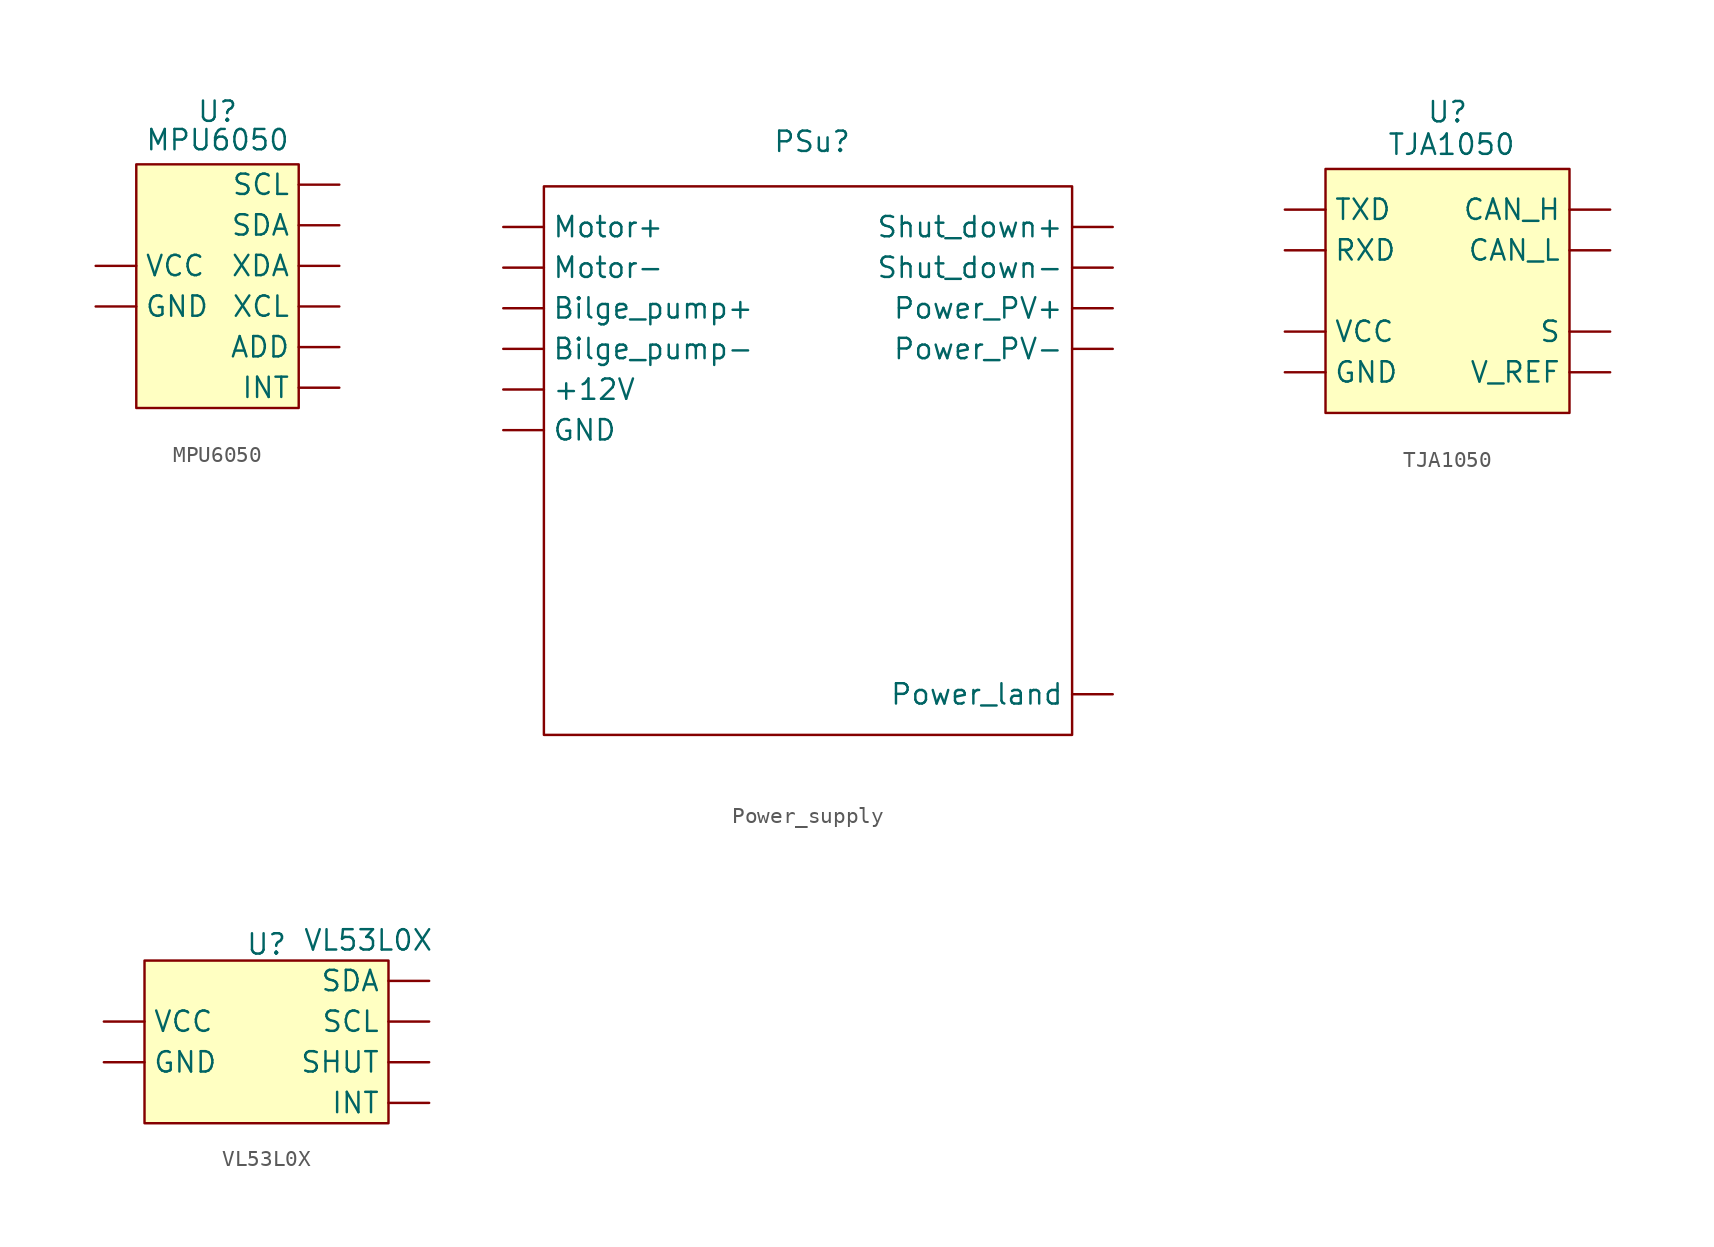
<source format=kicad_sym>
(kicad_symbol_lib
  (version 20231120)
  (generator "kicad_symbol_editor")
  (generator_version "8.0")
  (symbol "MPU6050"
    (property "Reference" "U"
      (at 0 10.922 0)
      (effects (font (size 1.27 1.27))))
    (property "Value" "MPU6050"
      (at 0 9.144 0)
      (effects (font (size 1.27 1.27))))
    (symbol "MPU6050_1_1"
      (rectangle (start -5.08 7.62) (end 5.08 -7.62) (stroke (width 0) (type default)) (fill (type background)))
      (pin bidirectional line (at 7.62 -3.81 180) (length 2.54) (name "ADD" (effects (font (size 1.27 1.27)))) (number "" (effects (font (size 1.27 1.27)))))
      (pin power_in line (at -7.62 -1.27 0) (length 2.54) (name "GND" (effects (font (size 1.27 1.27)))) (number "" (effects (font (size 1.27 1.27)))))
      (pin output line (at 7.62 -6.35 180) (length 2.54) (name "INT" (effects (font (size 1.27 1.27)))) (number "" (effects (font (size 1.27 1.27)))))
      (pin bidirectional line (at 7.62 6.35 180) (length 2.54) (name "SCL" (effects (font (size 1.27 1.27)))) (number "" (effects (font (size 1.27 1.27)))))
      (pin bidirectional line (at 7.62 3.81 180) (length 2.54) (name "SDA" (effects (font (size 1.27 1.27)))) (number "" (effects (font (size 1.27 1.27)))))
      (pin power_in line (at -7.62 1.27 0) (length 2.54) (name "VCC" (effects (font (size 1.27 1.27)))) (number "" (effects (font (size 1.27 1.27)))))
      (pin bidirectional line (at 7.62 -1.27 180) (length 2.54) (name "XCL" (effects (font (size 1.27 1.27)))) (number "" (effects (font (size 1.27 1.27)))))
      (pin bidirectional line (at 7.62 1.27 180) (length 2.54) (name "XDA" (effects (font (size 1.27 1.27)))) (number "" (effects (font (size 1.27 1.27)))))))
  (symbol "Power_supply"
    (property "Reference" "PSu"
      (at 0.254 20.574 0)
      (effects (font (size 1.27 1.27))))
    (property "Value" ""
      (at -16.51 -16.51 0)
      (effects (font (size 1.27 1.27))))
    (symbol "Power_supply_0_1"
      (rectangle (start -16.51 17.78) (end 16.51 -16.51) (stroke (width 0) (type default)) (fill (type none))))
    (symbol "Power_supply_1_1"
      (pin power_out line (at -19.05 5.08 0) (length 2.54) (name "+12V" (effects (font (size 1.27 1.27)))) (number "" (effects (font (size 1.27 1.27)))))
      (pin power_out line (at -19.05 10.16 0) (length 2.54) (name "Bilge_pump+" (effects (font (size 1.27 1.27)))) (number "" (effects (font (size 1.27 1.27)))))
      (pin power_out line (at -19.05 7.62 0) (length 2.54) (name "Bilge_pump-" (effects (font (size 1.27 1.27)))) (number "" (effects (font (size 1.27 1.27)))))
      (pin power_out line (at -19.05 2.54 0) (length 2.54) (name "GND" (effects (font (size 1.27 1.27)))) (number "" (effects (font (size 1.27 1.27)))))
      (pin power_out line (at -19.05 15.24 0) (length 2.54) (name "Motor+" (effects (font (size 1.27 1.27)))) (number "" (effects (font (size 1.27 1.27)))))
      (pin power_out line (at -19.05 12.7 0) (length 2.54) (name "Motor-" (effects (font (size 1.27 1.27)))) (number "" (effects (font (size 1.27 1.27)))))
      (pin power_in line (at 19.05 10.16 180) (length 2.54) (name "Power_PV+" (effects (font (size 1.27 1.27)))) (number "" (effects (font (size 1.27 1.27)))))
      (pin power_in line (at 19.05 7.62 180) (length 2.54) (name "Power_PV-" (effects (font (size 1.27 1.27)))) (number "" (effects (font (size 1.27 1.27)))))
      (pin input line (at 19.05 -13.97 180) (length 2.54) (name "Power_land" (effects (font (size 1.27 1.27)))) (number "" (effects (font (size 1.27 1.27)))))
      (pin output line (at 19.05 15.24 180) (length 2.54) (name "Shut_down+" (effects (font (size 1.27 1.27)))) (number "" (effects (font (size 1.27 1.27)))))
      (pin input line (at 19.05 12.7 180) (length 2.54) (name "Shut_down-" (effects (font (size 1.27 1.27)))) (number "" (effects (font (size 1.27 1.27)))))))
  (symbol "TJA1050"
    (property "Reference" "U"
      (at 0 12.446 0)
      (effects (font (size 1.27 1.27))))
    (property "Value" "TJA1050"
      (at 0.254 10.414 0)
      (effects (font (size 1.27 1.27))))
    (symbol "TJA1050_1_1"
      (rectangle (start -7.62 8.89) (end 7.62 -6.35) (stroke (width 0) (type default)) (fill (type background)))
      (pin bidirectional line (at 10.16 6.35 180) (length 2.54) (name "CAN_H" (effects (font (size 1.27 1.27)))) (number "" (effects (font (size 1.27 1.27)))))
      (pin bidirectional line (at 10.16 3.81 180) (length 2.54) (name "CAN_L" (effects (font (size 1.27 1.27)))) (number "" (effects (font (size 1.27 1.27)))))
      (pin power_in line (at -10.16 -3.81 0) (length 2.54) (name "GND" (effects (font (size 1.27 1.27)))) (number "" (effects (font (size 1.27 1.27)))))
      (pin input line (at -10.16 3.81 0) (length 2.54) (name "RXD" (effects (font (size 1.27 1.27)))) (number "" (effects (font (size 1.27 1.27)))))
      (pin input line (at 10.16 -1.27 180) (length 2.54) (name "S" (effects (font (size 1.27 1.27)))) (number "" (effects (font (size 1.27 1.27)))))
      (pin output line (at -10.16 6.35 0) (length 2.54) (name "TXD" (effects (font (size 1.27 1.27)))) (number "" (effects (font (size 1.27 1.27)))))
      (pin power_in line (at -10.16 -1.27 0) (length 2.54) (name "VCC" (effects (font (size 1.27 1.27)))) (number "" (effects (font (size 1.27 1.27)))))
      (pin output line (at 10.16 -3.81 180) (length 2.54) (name "V_REF" (effects (font (size 1.27 1.27)))) (number "" (effects (font (size 1.27 1.27)))))))
  (symbol "VL53L0X"
    (property "Reference" "U"
      (at 0 6.096 0)
      (effects (font (size 1.27 1.27))))
    (property "Value" "VL53L0X"
      (at 6.35 6.35 0)
      (effects (font (size 1.27 1.27))))
    (symbol "VL53L0X_1_1"
      (rectangle (start -7.62 5.08) (end 7.62 -5.08) (stroke (width 0) (type default)) (fill (type background)))
      (pin power_in line (at -10.16 -1.27 0) (length 2.54) (name "GND" (effects (font (size 1.27 1.27)))) (number "" (effects (font (size 1.27 1.27)))))
      (pin bidirectional line (at 10.16 -3.81 180) (length 2.54) (name "INT" (effects (font (size 1.27 1.27)))) (number "" (effects (font (size 1.27 1.27)))))
      (pin bidirectional line (at 10.16 1.27 180) (length 2.54) (name "SCL" (effects (font (size 1.27 1.27)))) (number "" (effects (font (size 1.27 1.27)))))
      (pin bidirectional line (at 10.16 3.81 180) (length 2.54) (name "SDA" (effects (font (size 1.27 1.27)))) (number "" (effects (font (size 1.27 1.27)))))
      (pin bidirectional line (at 10.16 -1.27 180) (length 2.54) (name "SHUT" (effects (font (size 1.27 1.27)))) (number "" (effects (font (size 1.27 1.27)))))
      (pin power_out line (at -10.16 1.27 0) (length 2.54) (name "VCC" (effects (font (size 1.27 1.27)))) (number "" (effects (font (size 1.27 1.27))))))))
</source>
